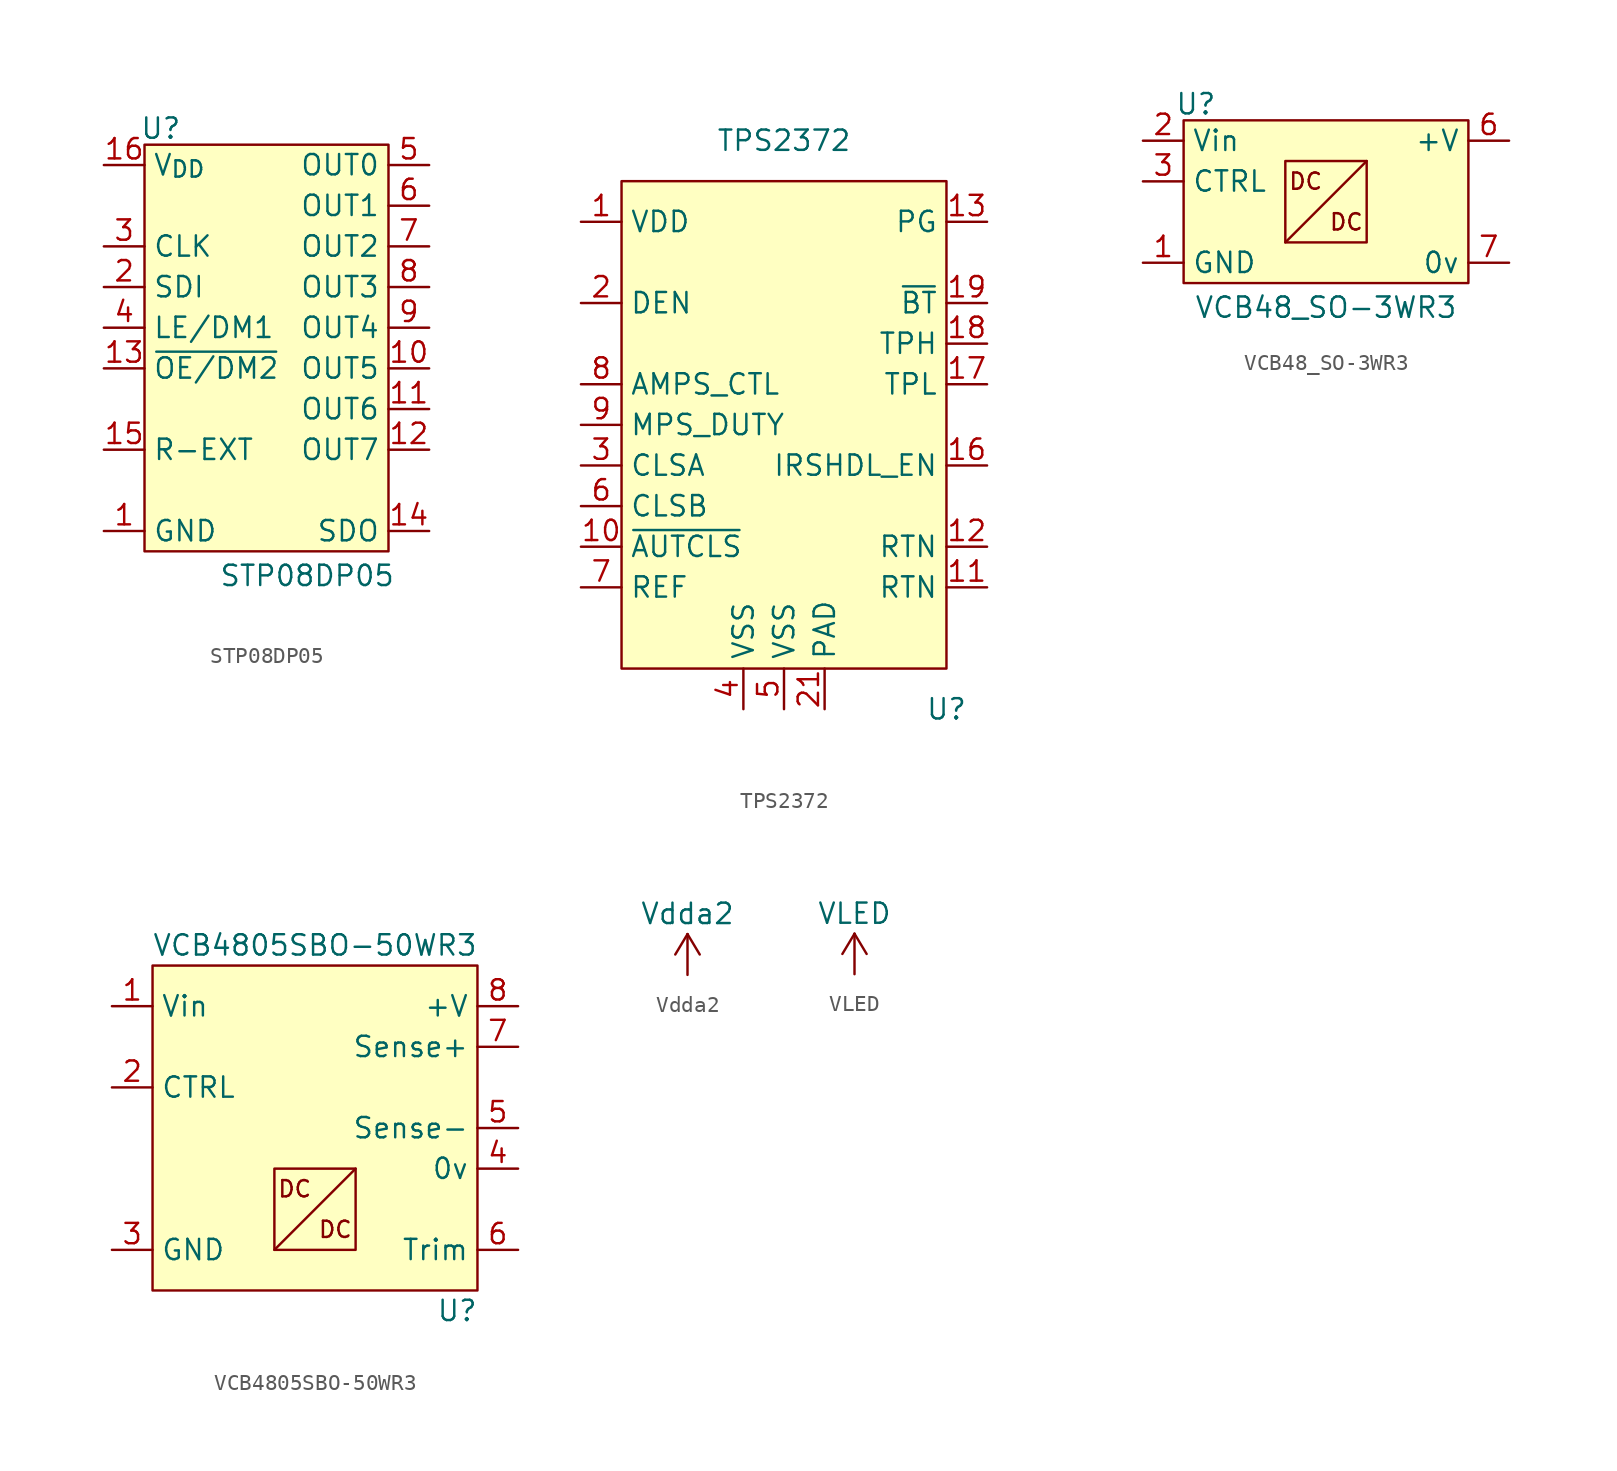
<source format=kicad_sym>
(kicad_symbol_lib
  (version 20231120)
  (generator "kicad_symbol_editor")
  (generator_version "8.0")
  (symbol "STP08DP05"
    (property "Reference" "U"
      (at -6.604 11.176 0)
      (effects (font (size 1.27 1.27))))
    (property "Value" "STP08DP05"
      (at 2.54 -16.764 0)
      (effects (font (size 1.27 1.27))))
    (symbol "STP08DP05_0_0"
      (pin power_in line (at -10.16 -13.97 0) (length 2.54) (name "GND" (effects (font (size 1.27 1.27)))) (number "1" (effects (font (size 1.27 1.27)))))
      (pin output line (at 10.16 -3.81 180) (length 2.54) (name "OUT5" (effects (font (size 1.27 1.27)))) (number "10" (effects (font (size 1.27 1.27)))))
      (pin output line (at 10.16 -6.35 180) (length 2.54) (name "OUT6" (effects (font (size 1.27 1.27)))) (number "11" (effects (font (size 1.27 1.27)))))
      (pin output line (at 10.16 -8.89 180) (length 2.54) (name "OUT7" (effects (font (size 1.27 1.27)))) (number "12" (effects (font (size 1.27 1.27)))))
      (pin input line (at -10.16 -3.81 0) (length 2.54) (name "~{OE/DM2}" (effects (font (size 1.27 1.27)))) (number "13" (effects (font (size 1.27 1.27)))))
      (pin output line (at 10.16 -13.97 180) (length 2.54) (name "SDO" (effects (font (size 1.27 1.27)))) (number "14" (effects (font (size 1.27 1.27)))))
      (pin passive line (at -10.16 -8.89 0) (length 2.54) (name "R-EXT" (effects (font (size 1.27 1.27)))) (number "15" (effects (font (size 1.27 1.27)))))
      (pin power_in line (at -10.16 8.89 0) (length 2.54) (name "V_{DD}" (effects (font (size 1.27 1.27)))) (number "16" (effects (font (size 1.27 1.27)))))
      (pin input line (at -10.16 1.27 0) (length 2.54) (name "SDI" (effects (font (size 1.27 1.27)))) (number "2" (effects (font (size 1.27 1.27)))))
      (pin input line (at -10.16 3.81 0) (length 2.54) (name "CLK" (effects (font (size 1.27 1.27)))) (number "3" (effects (font (size 1.27 1.27)))))
      (pin input line (at -10.16 -1.27 0) (length 2.54) (name "LE/DM1" (effects (font (size 1.27 1.27)))) (number "4" (effects (font (size 1.27 1.27)))))
      (pin output line (at 10.16 8.89 180) (length 2.54) (name "OUT0" (effects (font (size 1.27 1.27)))) (number "5" (effects (font (size 1.27 1.27)))))
      (pin output line (at 10.16 6.35 180) (length 2.54) (name "OUT1" (effects (font (size 1.27 1.27)))) (number "6" (effects (font (size 1.27 1.27)))))
      (pin output line (at 10.16 3.81 180) (length 2.54) (name "OUT2" (effects (font (size 1.27 1.27)))) (number "7" (effects (font (size 1.27 1.27)))))
      (pin output line (at 10.16 1.27 180) (length 2.54) (name "OUT3" (effects (font (size 1.27 1.27)))) (number "8" (effects (font (size 1.27 1.27)))))
      (pin output line (at 10.16 -1.27 180) (length 2.54) (name "OUT4" (effects (font (size 1.27 1.27)))) (number "9" (effects (font (size 1.27 1.27))))))
    (symbol "STP08DP05_1_1"
      (rectangle (start -7.62 10.16) (end 7.62 -15.24) (stroke (width 0) (type default)) (fill (type background)))))
  (symbol "TPS2372"
    (property "Reference" "U"
      (at 10.16 -17.78 0)
      (effects (font (size 1.27 1.27))))
    (property "Value" "TPS2372"
      (at 0 17.78 0)
      (effects (font (size 1.27 1.27))))
    (symbol "TPS2372_0_0"
      (pin power_in line (at -12.7 12.7 0) (length 2.54) (name "VDD" (effects (font (size 1.27 1.27)))) (number "1" (effects (font (size 1.27 1.27)))))
      (pin input line (at -12.7 -7.62 0) (length 2.54) (name "~{AUTCLS}" (effects (font (size 1.27 1.27)))) (number "10" (effects (font (size 1.27 1.27)))))
      (pin passive line (at 12.7 -10.16 180) (length 2.54) (name "RTN" (effects (font (size 1.27 1.27)))) (number "11" (effects (font (size 1.27 1.27)))))
      (pin passive line (at 12.7 -7.62 180) (length 2.54) (name "RTN" (effects (font (size 1.27 1.27)))) (number "12" (effects (font (size 1.27 1.27)))))
      (pin output line (at 12.7 12.7 180) (length 2.54) (name "PG" (effects (font (size 1.27 1.27)))) (number "13" (effects (font (size 1.27 1.27)))))
      (pin input line (at 12.7 -2.54 180) (length 2.54) (name "IRSHDL_EN" (effects (font (size 1.27 1.27)))) (number "16" (effects (font (size 1.27 1.27)))))
      (pin output line (at 12.7 2.54 180) (length 2.54) (name "TPL" (effects (font (size 1.27 1.27)))) (number "17" (effects (font (size 1.27 1.27)))))
      (pin output line (at 12.7 5.08 180) (length 2.54) (name "TPH" (effects (font (size 1.27 1.27)))) (number "18" (effects (font (size 1.27 1.27)))))
      (pin output line (at 12.7 7.62 180) (length 2.54) (name "~{BT}" (effects (font (size 1.27 1.27)))) (number "19" (effects (font (size 1.27 1.27)))))
      (pin passive line (at 2.54 -17.78 90) (length 2.54) (name "PAD" (effects (font (size 1.27 1.27)))) (number "21" (effects (font (size 1.27 1.27)))))
      (pin output line (at -12.7 -2.54 0) (length 2.54) (name "CLSA" (effects (font (size 1.27 1.27)))) (number "3" (effects (font (size 1.27 1.27)))))
      (pin power_in line (at -2.54 -17.78 90) (length 2.54) (name "VSS" (effects (font (size 1.27 1.27)))) (number "4" (effects (font (size 1.27 1.27)))))
      (pin power_in line (at 0 -17.78 90) (length 2.54) (name "VSS" (effects (font (size 1.27 1.27)))) (number "5" (effects (font (size 1.27 1.27)))))
      (pin output line (at -12.7 -5.08 0) (length 2.54) (name "CLSB" (effects (font (size 1.27 1.27)))) (number "6" (effects (font (size 1.27 1.27)))))
      (pin output line (at -12.7 -10.16 0) (length 2.54) (name "REF" (effects (font (size 1.27 1.27)))) (number "7" (effects (font (size 1.27 1.27)))))
      (pin output line (at -12.7 2.54 0) (length 2.54) (name "AMPS_CTL" (effects (font (size 1.27 1.27)))) (number "8" (effects (font (size 1.27 1.27)))))
      (pin input line (at -12.7 0 0) (length 2.54) (name "MPS_DUTY" (effects (font (size 1.27 1.27)))) (number "9" (effects (font (size 1.27 1.27))))))
    (symbol "TPS2372_1_0"
      (pin no_connect line (at -5.08 -15.24 90) (length 2.54) hide (name "NC" (effects (font (size 1.27 1.27)))) (number "14" (effects (font (size 1.27 1.27)))))
      (pin no_connect line (at -5.08 -15.24 90) (length 2.54) hide (name "NC" (effects (font (size 1.27 1.27)))) (number "15" (effects (font (size 1.27 1.27)))))
      (pin bidirectional line (at -12.7 7.62 0) (length 2.54) (name "DEN" (effects (font (size 1.27 1.27)))) (number "2" (effects (font (size 1.27 1.27)))))
      (pin no_connect line (at -5.08 -15.24 90) (length 2.54) hide (name "NC" (effects (font (size 1.27 1.27)))) (number "20" (effects (font (size 1.27 1.27))))))
    (symbol "TPS2372_1_1"
      (rectangle (start -10.16 15.24) (end 10.16 -15.24) (stroke (width 0) (type default)) (fill (type background)))))
  (symbol "VCB48_SO-3WR3"
    (property "Reference" "U"
      (at -8.128 6.096 0)
      (effects (font (size 1.27 1.27))))
    (property "Value" "VCB48_SO-3WR3"
      (at 0 -6.604 0)
      (effects (font (size 1.27 1.27))))
    (symbol "VCB48_SO-3WR3_1_1"
      (rectangle (start -8.89 5.08) (end 8.89 -5.08) (stroke (width 0) (type default)) (fill (type background)))
      (rectangle (start -2.54 2.54) (end 2.54 -2.54) (stroke (width 0) (type default)) (fill (type none)))
      (polyline (pts (xy 2.54 2.54) (xy -2.54 -2.54)) (stroke (width 0) (type default)) (fill (type none)))
      (text "DC" (at -1.27 1.27 0) (effects (font (size 1.016 1.016))))
      (text "DC" (at 1.27 -1.27 0) (effects (font (size 1.016 1.016))))
      (pin power_in line (at -11.43 -3.81 0) (length 2.54) (name "GND" (effects (font (size 1.27 1.27)))) (number "1" (effects (font (size 1.27 1.27)))))
      (pin power_in line (at -11.43 3.81 0) (length 2.54) (name "Vin" (effects (font (size 1.27 1.27)))) (number "2" (effects (font (size 1.27 1.27)))))
      (pin input line (at -11.43 1.27 0) (length 2.54) (name "CTRL" (effects (font (size 1.27 1.27)))) (number "3" (effects (font (size 1.27 1.27)))))
      (pin no_connect line (at 11.43 -1.27 180) (length 2.54) hide (name "NC" (effects (font (size 1.27 1.27)))) (number "5" (effects (font (size 1.27 1.27)))))
      (pin power_out line (at 11.43 3.81 180) (length 2.54) (name "+V" (effects (font (size 1.27 1.27)))) (number "6" (effects (font (size 1.27 1.27)))))
      (pin power_out line (at 11.43 -3.81 180) (length 2.54) (name "0v" (effects (font (size 1.27 1.27)))) (number "7" (effects (font (size 1.27 1.27)))))
      (pin no_connect line (at 11.43 1.27 180) (length 2.54) hide (name "NC" (effects (font (size 1.27 1.27)))) (number "8" (effects (font (size 1.27 1.27)))))))
  (symbol "VCB4805SBO-50WR3"
    (property "Reference" "U"
      (at 7.62 -11.43 0)
      (effects (font (size 1.27 1.27))))
    (property "Value" "VCB4805SBO-50WR3"
      (at -1.27 11.43 0)
      (effects (font (size 1.27 1.27))))
    (symbol "VCB4805SBO-50WR3_1_1"
      (rectangle (start -11.43 10.16) (end 8.89 -10.16) (stroke (width 0) (type default)) (fill (type background)))
      (rectangle (start -3.81 -2.54) (end 1.27 -7.62) (stroke (width 0) (type default)) (fill (type none)))
      (polyline (pts (xy 1.27 -2.54) (xy -3.81 -7.62)) (stroke (width 0) (type default)) (fill (type none)))
      (text "DC" (at -2.54 -3.81 0) (effects (font (size 1.016 1.016))))
      (text "DC" (at 0 -6.35 0) (effects (font (size 1.016 1.016))))
      (pin power_in line (at -13.97 7.62 0) (length 2.54) (name "Vin" (effects (font (size 1.27 1.27)))) (number "1" (effects (font (size 1.27 1.27)))))
      (pin input line (at -13.97 2.54 0) (length 2.54) (name "CTRL" (effects (font (size 1.27 1.27)))) (number "2" (effects (font (size 1.27 1.27)))))
      (pin power_in line (at -13.97 -7.62 0) (length 2.54) (name "GND" (effects (font (size 1.27 1.27)))) (number "3" (effects (font (size 1.27 1.27)))))
      (pin power_out line (at 11.43 -2.54 180) (length 2.54) (name "0v" (effects (font (size 1.27 1.27)))) (number "4" (effects (font (size 1.27 1.27)))))
      (pin input line (at 11.43 0 180) (length 2.54) (name "Sense-" (effects (font (size 1.27 1.27)))) (number "5" (effects (font (size 1.27 1.27)))))
      (pin passive line (at 11.43 -7.62 180) (length 2.54) (name "Trim" (effects (font (size 1.27 1.27)))) (number "6" (effects (font (size 1.27 1.27)))))
      (pin input line (at 11.43 5.08 180) (length 2.54) (name "Sense+" (effects (font (size 1.27 1.27)))) (number "7" (effects (font (size 1.27 1.27)))))
      (pin power_out line (at 11.43 7.62 180) (length 2.54) (name "+V" (effects (font (size 1.27 1.27)))) (number "8" (effects (font (size 1.27 1.27)))))))
  (symbol "Vdda2"
    (power)
    (pin_names
      (offset 0))
    (property "Reference" "#PWR"
      (at 0 -3.81 0)
      (effects (font (size 1.27 1.27)) (hide yes)))
    (property "Value" "Vdda2"
      (at 0 3.81 0)
      (effects (font (size 1.27 1.27))))
    (symbol "Vdda2_0_1"
      (polyline (pts (xy -0.762 1.27) (xy 0 2.54)) (stroke (width 0) (type default)) (fill (type none)))
      (polyline (pts (xy 0 0) (xy 0 2.54)) (stroke (width 0) (type default)) (fill (type none)))
      (polyline (pts (xy 0 2.54) (xy 0.762 1.27)) (stroke (width 0) (type default)) (fill (type none))))
    (symbol "Vdda2_1_1"
      (pin power_in line (at 0 0 90) (length 0) hide (name "Vdda2" (effects (font (size 1.27 1.27)))) (number "1" (effects (font (size 1.27 1.27)))))))
  (symbol "VLED"
    (power)
    (pin_names
      (offset 0))
    (property "Reference" "#PWR"
      (at 0 -3.81 0)
      (effects (font (size 1.27 1.27)) (hide yes)))
    (property "Value" "VLED"
      (at 0 3.81 0)
      (effects (font (size 1.27 1.27))))
    (symbol "VLED_0_1"
      (polyline (pts (xy -0.762 1.27) (xy 0 2.54)) (stroke (width 0) (type default)) (fill (type none)))
      (polyline (pts (xy 0 0) (xy 0 2.54)) (stroke (width 0) (type default)) (fill (type none)))
      (polyline (pts (xy 0 2.54) (xy 0.762 1.27)) (stroke (width 0) (type default)) (fill (type none))))
    (symbol "VLED_1_1"
      (pin power_in line (at 0 0 90) (length 0) hide (name "VLED" (effects (font (size 1.27 1.27)))) (number "1" (effects (font (size 1.27 1.27))))))))
</source>
